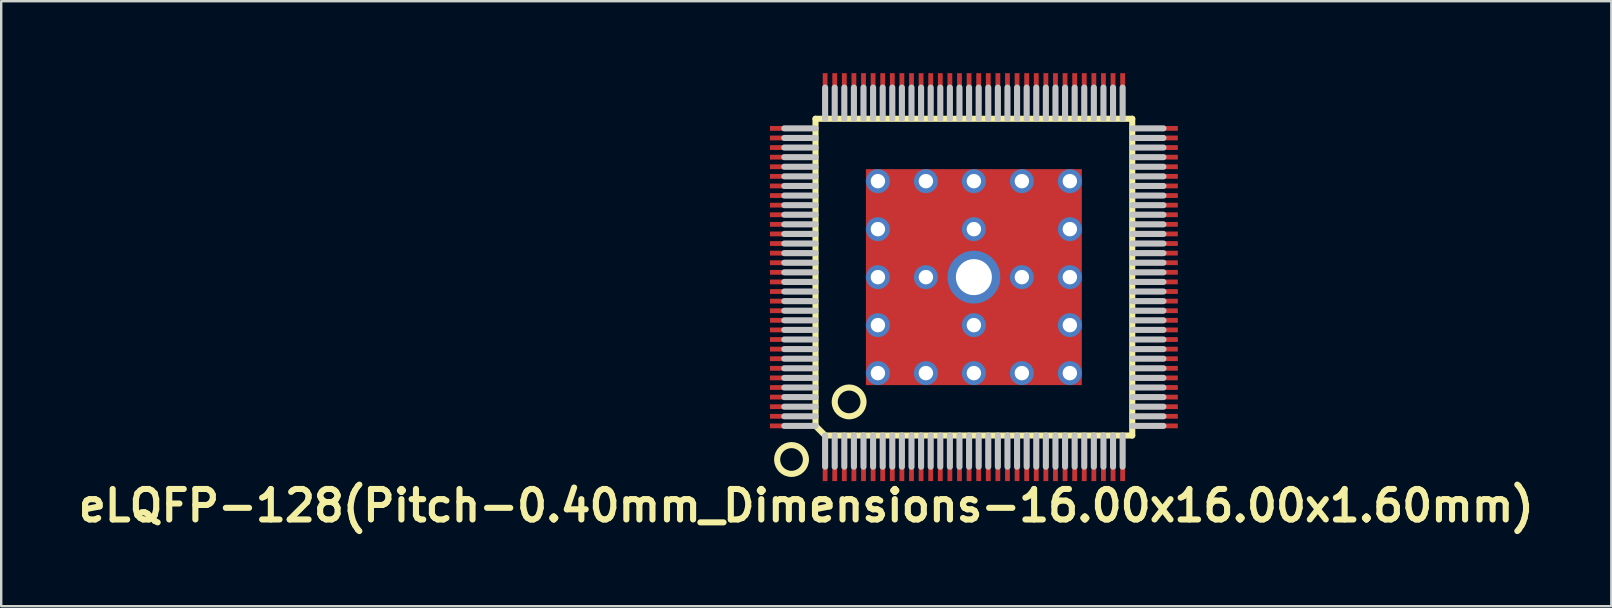
<source format=kicad_pcb>
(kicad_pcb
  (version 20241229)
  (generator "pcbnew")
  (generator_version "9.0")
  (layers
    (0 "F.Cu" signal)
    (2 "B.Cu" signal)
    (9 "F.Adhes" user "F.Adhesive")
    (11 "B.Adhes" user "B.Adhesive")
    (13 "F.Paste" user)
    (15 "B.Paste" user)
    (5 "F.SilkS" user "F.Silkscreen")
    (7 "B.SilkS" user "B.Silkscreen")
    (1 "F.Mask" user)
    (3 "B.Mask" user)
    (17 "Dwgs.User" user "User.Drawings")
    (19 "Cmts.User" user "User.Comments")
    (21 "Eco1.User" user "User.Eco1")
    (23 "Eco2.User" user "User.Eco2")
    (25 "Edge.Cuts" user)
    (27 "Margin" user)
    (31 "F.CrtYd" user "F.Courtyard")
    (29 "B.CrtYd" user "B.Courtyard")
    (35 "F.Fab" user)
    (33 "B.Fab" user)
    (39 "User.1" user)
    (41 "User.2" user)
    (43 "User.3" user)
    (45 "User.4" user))
  (footprint "eLQFP-128(Pitch-0.40mm_Dimensions-16.00x16.00x1.60mm)"
    (layer "F.Cu")
    (at 37.538 8.5)
    (property "Reference" "eLQFP-128(Pitch-0.40mm_Dimensions-16.00x16.00x1.60mm)" (at -6.985 9.525 0) (layer "F.SilkS") (effects (font (size 1.27 1.27) (thickness 0.254))))
    (attr smd)
    (fp_line (start -6.6 -6.6) (end 6.6 -6.6) (stroke (width 0.254) (type solid)) (layer "F.SilkS"))
    (fp_line (start -6.6 6.2) (end -6.6 -6.6) (stroke (width 0.254) (type solid)) (layer "F.SilkS"))
    (fp_line (start -6.2 6.6) (end -6.6 6.2) (stroke (width 0.254) (type solid)) (layer "F.SilkS"))
    (fp_line (start 6.6 -6.6) (end 6.6 6.6) (stroke (width 0.254) (type solid)) (layer "F.SilkS"))
    (fp_line (start 6.6 6.6) (end -6.2 6.6) (stroke (width 0.254) (type solid)) (layer "F.SilkS"))
    (fp_circle (center -7.6 7.6) (end -7 7.6) (stroke (width 0.254) (type solid)) (fill no) (layer "F.SilkS"))
    (fp_circle (center -5.2 5.2) (end -4.6 5.2) (stroke (width 0.254) (type solid)) (fill no) (layer "F.SilkS"))
    (fp_line (start -7.9 -6.2) (end -6.6 -6.2) (stroke (width 0.254) (type solid)) (layer "Dwgs.User"))
    (fp_line (start -7.9 -5.8) (end -6.6 -5.8) (stroke (width 0.254) (type solid)) (layer "Dwgs.User"))
    (fp_line (start -7.9 -5.4) (end -6.6 -5.4) (stroke (width 0.254) (type solid)) (layer "Dwgs.User"))
    (fp_line (start -7.9 -5) (end -6.6 -5) (stroke (width 0.254) (type solid)) (layer "Dwgs.User"))
    (fp_line (start -7.9 -4.6) (end -6.6 -4.6) (stroke (width 0.254) (type solid)) (layer "Dwgs.User"))
    (fp_line (start -7.9 -4.2) (end -6.6 -4.2) (stroke (width 0.254) (type solid)) (layer "Dwgs.User"))
    (fp_line (start -7.9 -3.8) (end -6.6 -3.8) (stroke (width 0.254) (type solid)) (layer "Dwgs.User"))
    (fp_line (start -7.9 -3.4) (end -6.6 -3.4) (stroke (width 0.254) (type solid)) (layer "Dwgs.User"))
    (fp_line (start -7.9 -3) (end -6.6 -3) (stroke (width 0.254) (type solid)) (layer "Dwgs.User"))
    (fp_line (start -7.9 -2.6) (end -6.6 -2.6) (stroke (width 0.254) (type solid)) (layer "Dwgs.User"))
    (fp_line (start -7.9 -2.2) (end -6.6 -2.2) (stroke (width 0.254) (type solid)) (layer "Dwgs.User"))
    (fp_line (start -7.9 -1.8) (end -6.6 -1.8) (stroke (width 0.254) (type solid)) (layer "Dwgs.User"))
    (fp_line (start -7.9 -1.4) (end -6.6 -1.4) (stroke (width 0.254) (type solid)) (layer "Dwgs.User"))
    (fp_line (start -7.9 -1) (end -6.6 -1) (stroke (width 0.254) (type solid)) (layer "Dwgs.User"))
    (fp_line (start -7.9 -0.6) (end -6.6 -0.6) (stroke (width 0.254) (type solid)) (layer "Dwgs.User"))
    (fp_line (start -7.9 -0.2) (end -6.6 -0.2) (stroke (width 0.254) (type solid)) (layer "Dwgs.User"))
    (fp_line (start -7.9 0.2) (end -6.6 0.2) (stroke (width 0.254) (type solid)) (layer "Dwgs.User"))
    (fp_line (start -7.9 0.6) (end -6.6 0.6) (stroke (width 0.254) (type solid)) (layer "Dwgs.User"))
    (fp_line (start -7.9 1) (end -6.6 1) (stroke (width 0.254) (type solid)) (layer "Dwgs.User"))
    (fp_line (start -7.9 1.4) (end -6.6 1.4) (stroke (width 0.254) (type solid)) (layer "Dwgs.User"))
    (fp_line (start -7.9 1.8) (end -6.6 1.8) (stroke (width 0.254) (type solid)) (layer "Dwgs.User"))
    (fp_line (start -7.9 2.2) (end -6.6 2.2) (stroke (width 0.254) (type solid)) (layer "Dwgs.User"))
    (fp_line (start -7.9 2.6) (end -6.6 2.6) (stroke (width 0.254) (type solid)) (layer "Dwgs.User"))
    (fp_line (start -7.9 3) (end -6.6 3) (stroke (width 0.254) (type solid)) (layer "Dwgs.User"))
    (fp_line (start -7.9 3.4) (end -6.6 3.4) (stroke (width 0.254) (type solid)) (layer "Dwgs.User"))
    (fp_line (start -7.9 3.8) (end -6.6 3.8) (stroke (width 0.254) (type solid)) (layer "Dwgs.User"))
    (fp_line (start -7.9 4.2) (end -6.6 4.2) (stroke (width 0.254) (type solid)) (layer "Dwgs.User"))
    (fp_line (start -7.9 4.6) (end -6.6 4.6) (stroke (width 0.254) (type solid)) (layer "Dwgs.User"))
    (fp_line (start -7.9 5) (end -6.6 5) (stroke (width 0.254) (type solid)) (layer "Dwgs.User"))
    (fp_line (start -7.9 5.4) (end -6.6 5.4) (stroke (width 0.254) (type solid)) (layer "Dwgs.User"))
    (fp_line (start -7.9 5.8) (end -6.6 5.8) (stroke (width 0.254) (type solid)) (layer "Dwgs.User"))
    (fp_line (start -7.9 6.2) (end -6.6 6.2) (stroke (width 0.254) (type solid)) (layer "Dwgs.User"))
    (fp_line (start -6.2 -7.9) (end -6.2 -6.6) (stroke (width 0.254) (type solid)) (layer "Dwgs.User"))
    (fp_line (start -6.2 6.6) (end -6.2 7.9) (stroke (width 0.254) (type solid)) (layer "Dwgs.User"))
    (fp_line (start -5.8 -7.9) (end -5.8 -6.6) (stroke (width 0.254) (type solid)) (layer "Dwgs.User"))
    (fp_line (start -5.8 6.6) (end -5.8 7.9) (stroke (width 0.254) (type solid)) (layer "Dwgs.User"))
    (fp_line (start -5.4 -7.9) (end -5.4 -6.6) (stroke (width 0.254) (type solid)) (layer "Dwgs.User"))
    (fp_line (start -5.4 6.6) (end -5.4 7.9) (stroke (width 0.254) (type solid)) (layer "Dwgs.User"))
    (fp_line (start -5 -7.9) (end -5 -6.6) (stroke (width 0.254) (type solid)) (layer "Dwgs.User"))
    (fp_line (start -5 6.6) (end -5 7.9) (stroke (width 0.254) (type solid)) (layer "Dwgs.User"))
    (fp_line (start -4.6 -7.9) (end -4.6 -6.6) (stroke (width 0.254) (type solid)) (layer "Dwgs.User"))
    (fp_line (start -4.6 6.6) (end -4.6 7.9) (stroke (width 0.254) (type solid)) (layer "Dwgs.User"))
    (fp_line (start -4.2 -7.9) (end -4.2 -6.6) (stroke (width 0.254) (type solid)) (layer "Dwgs.User"))
    (fp_line (start -4.2 6.6) (end -4.2 7.9) (stroke (width 0.254) (type solid)) (layer "Dwgs.User"))
    (fp_line (start -3.8 -7.9) (end -3.8 -6.6) (stroke (width 0.254) (type solid)) (layer "Dwgs.User"))
    (fp_line (start -3.8 6.6) (end -3.8 7.9) (stroke (width 0.254) (type solid)) (layer "Dwgs.User"))
    (fp_line (start -3.4 -7.9) (end -3.4 -6.6) (stroke (width 0.254) (type solid)) (layer "Dwgs.User"))
    (fp_line (start -3.4 6.6) (end -3.4 7.9) (stroke (width 0.254) (type solid)) (layer "Dwgs.User"))
    (fp_line (start -3 -7.9) (end -3 -6.6) (stroke (width 0.254) (type solid)) (layer "Dwgs.User"))
    (fp_line (start -3 6.6) (end -3 7.9) (stroke (width 0.254) (type solid)) (layer "Dwgs.User"))
    (fp_line (start -2.6 -7.9) (end -2.6 -6.6) (stroke (width 0.254) (type solid)) (layer "Dwgs.User"))
    (fp_line (start -2.6 6.6) (end -2.6 7.9) (stroke (width 0.254) (type solid)) (layer "Dwgs.User"))
    (fp_line (start -2.2 -7.9) (end -2.2 -6.6) (stroke (width 0.254) (type solid)) (layer "Dwgs.User"))
    (fp_line (start -2.2 6.6) (end -2.2 7.9) (stroke (width 0.254) (type solid)) (layer "Dwgs.User"))
    (fp_line (start -1.8 -7.9) (end -1.8 -6.6) (stroke (width 0.254) (type solid)) (layer "Dwgs.User"))
    (fp_line (start -1.8 6.6) (end -1.8 7.9) (stroke (width 0.254) (type solid)) (layer "Dwgs.User"))
    (fp_line (start -1.4 -7.9) (end -1.4 -6.6) (stroke (width 0.254) (type solid)) (layer "Dwgs.User"))
    (fp_line (start -1.4 6.6) (end -1.4 7.9) (stroke (width 0.254) (type solid)) (layer "Dwgs.User"))
    (fp_line (start -1 -7.9) (end -1 -6.6) (stroke (width 0.254) (type solid)) (layer "Dwgs.User"))
    (fp_line (start -1 6.6) (end -1 7.9) (stroke (width 0.254) (type solid)) (layer "Dwgs.User"))
    (fp_line (start -0.6 -7.9) (end -0.6 -6.6) (stroke (width 0.254) (type solid)) (layer "Dwgs.User"))
    (fp_line (start -0.6 6.6) (end -0.6 7.9) (stroke (width 0.254) (type solid)) (layer "Dwgs.User"))
    (fp_line (start -0.2 -7.9) (end -0.2 -6.6) (stroke (width 0.254) (type solid)) (layer "Dwgs.User"))
    (fp_line (start -0.2 6.6) (end -0.2 7.9) (stroke (width 0.254) (type solid)) (layer "Dwgs.User"))
    (fp_line (start 0.2 -7.9) (end 0.2 -6.6) (stroke (width 0.254) (type solid)) (layer "Dwgs.User"))
    (fp_line (start 0.2 6.6) (end 0.2 7.9) (stroke (width 0.254) (type solid)) (layer "Dwgs.User"))
    (fp_line (start 0.6 -7.9) (end 0.6 -6.6) (stroke (width 0.254) (type solid)) (layer "Dwgs.User"))
    (fp_line (start 0.6 6.6) (end 0.6 7.9) (stroke (width 0.254) (type solid)) (layer "Dwgs.User"))
    (fp_line (start 1 -7.9) (end 1 -6.6) (stroke (width 0.254) (type solid)) (layer "Dwgs.User"))
    (fp_line (start 1 6.6) (end 1 7.9) (stroke (width 0.254) (type solid)) (layer "Dwgs.User"))
    (fp_line (start 1.4 -7.9) (end 1.4 -6.6) (stroke (width 0.254) (type solid)) (layer "Dwgs.User"))
    (fp_line (start 1.4 6.6) (end 1.4 7.9) (stroke (width 0.254) (type solid)) (layer "Dwgs.User"))
    (fp_line (start 1.8 -7.9) (end 1.8 -6.6) (stroke (width 0.254) (type solid)) (layer "Dwgs.User"))
    (fp_line (start 1.8 6.6) (end 1.8 7.9) (stroke (width 0.254) (type solid)) (layer "Dwgs.User"))
    (fp_line (start 2.2 -7.9) (end 2.2 -6.6) (stroke (width 0.254) (type solid)) (layer "Dwgs.User"))
    (fp_line (start 2.2 6.6) (end 2.2 7.9) (stroke (width 0.254) (type solid)) (layer "Dwgs.User"))
    (fp_line (start 2.6 -7.9) (end 2.6 -6.6) (stroke (width 0.254) (type solid)) (layer "Dwgs.User"))
    (fp_line (start 2.6 6.6) (end 2.6 7.9) (stroke (width 0.254) (type solid)) (layer "Dwgs.User"))
    (fp_line (start 3 -7.9) (end 3 -6.6) (stroke (width 0.254) (type solid)) (layer "Dwgs.User"))
    (fp_line (start 3 6.6) (end 3 7.9) (stroke (width 0.254) (type solid)) (layer "Dwgs.User"))
    (fp_line (start 3.4 -7.9) (end 3.4 -6.6) (stroke (width 0.254) (type solid)) (layer "Dwgs.User"))
    (fp_line (start 3.4 6.6) (end 3.4 7.9) (stroke (width 0.254) (type solid)) (layer "Dwgs.User"))
    (fp_line (start 3.8 -7.9) (end 3.8 -6.6) (stroke (width 0.254) (type solid)) (layer "Dwgs.User"))
    (fp_line (start 3.8 6.6) (end 3.8 7.9) (stroke (width 0.254) (type solid)) (layer "Dwgs.User"))
    (fp_line (start 4.2 -7.9) (end 4.2 -6.6) (stroke (width 0.254) (type solid)) (layer "Dwgs.User"))
    (fp_line (start 4.2 6.6) (end 4.2 7.9) (stroke (width 0.254) (type solid)) (layer "Dwgs.User"))
    (fp_line (start 4.6 -7.9) (end 4.6 -6.6) (stroke (width 0.254) (type solid)) (layer "Dwgs.User"))
    (fp_line (start 4.6 6.6) (end 4.6 7.9) (stroke (width 0.254) (type solid)) (layer "Dwgs.User"))
    (fp_line (start 5 -7.9) (end 5 -6.6) (stroke (width 0.254) (type solid)) (layer "Dwgs.User"))
    (fp_line (start 5 6.6) (end 5 7.9) (stroke (width 0.254) (type solid)) (layer "Dwgs.User"))
    (fp_line (start 5.4 -7.9) (end 5.4 -6.6) (stroke (width 0.254) (type solid)) (layer "Dwgs.User"))
    (fp_line (start 5.4 6.6) (end 5.4 7.9) (stroke (width 0.254) (type solid)) (layer "Dwgs.User"))
    (fp_line (start 5.8 -7.9) (end 5.8 -6.6) (stroke (width 0.254) (type solid)) (layer "Dwgs.User"))
    (fp_line (start 5.8 6.6) (end 5.8 7.9) (stroke (width 0.254) (type solid)) (layer "Dwgs.User"))
    (fp_line (start 6.2 -7.9) (end 6.2 -6.6) (stroke (width 0.254) (type solid)) (layer "Dwgs.User"))
    (fp_line (start 6.2 6.6) (end 6.2 7.9) (stroke (width 0.254) (type solid)) (layer "Dwgs.User"))
    (fp_line (start 6.6 -6.2) (end 7.9 -6.2) (stroke (width 0.254) (type solid)) (layer "Dwgs.User"))
    (fp_line (start 6.6 -5.8) (end 7.9 -5.8) (stroke (width 0.254) (type solid)) (layer "Dwgs.User"))
    (fp_line (start 6.6 -5.4) (end 7.9 -5.4) (stroke (width 0.254) (type solid)) (layer "Dwgs.User"))
    (fp_line (start 6.6 -5) (end 7.9 -5) (stroke (width 0.254) (type solid)) (layer "Dwgs.User"))
    (fp_line (start 6.6 -4.6) (end 7.9 -4.6) (stroke (width 0.254) (type solid)) (layer "Dwgs.User"))
    (fp_line (start 6.6 -4.2) (end 7.9 -4.2) (stroke (width 0.254) (type solid)) (layer "Dwgs.User"))
    (fp_line (start 6.6 -3.8) (end 7.9 -3.8) (stroke (width 0.254) (type solid)) (layer "Dwgs.User"))
    (fp_line (start 6.6 -3.4) (end 7.9 -3.4) (stroke (width 0.254) (type solid)) (layer "Dwgs.User"))
    (fp_line (start 6.6 -3) (end 7.9 -3) (stroke (width 0.254) (type solid)) (layer "Dwgs.User"))
    (fp_line (start 6.6 -2.6) (end 7.9 -2.6) (stroke (width 0.254) (type solid)) (layer "Dwgs.User"))
    (fp_line (start 6.6 -2.2) (end 7.9 -2.2) (stroke (width 0.254) (type solid)) (layer "Dwgs.User"))
    (fp_line (start 6.6 -1.8) (end 7.9 -1.8) (stroke (width 0.254) (type solid)) (layer "Dwgs.User"))
    (fp_line (start 6.6 -1.4) (end 7.9 -1.4) (stroke (width 0.254) (type solid)) (layer "Dwgs.User"))
    (fp_line (start 6.6 -1) (end 7.9 -1) (stroke (width 0.254) (type solid)) (layer "Dwgs.User"))
    (fp_line (start 6.6 -0.6) (end 7.9 -0.6) (stroke (width 0.254) (type solid)) (layer "Dwgs.User"))
    (fp_line (start 6.6 -0.2) (end 7.9 -0.2) (stroke (width 0.254) (type solid)) (layer "Dwgs.User"))
    (fp_line (start 6.6 0.2) (end 7.9 0.2) (stroke (width 0.254) (type solid)) (layer "Dwgs.User"))
    (fp_line (start 6.6 0.6) (end 7.9 0.6) (stroke (width 0.254) (type solid)) (layer "Dwgs.User"))
    (fp_line (start 6.6 1) (end 7.9 1) (stroke (width 0.254) (type solid)) (layer "Dwgs.User"))
    (fp_line (start 6.6 1.4) (end 7.9 1.4) (stroke (width 0.254) (type solid)) (layer "Dwgs.User"))
    (fp_line (start 6.6 1.8) (end 7.9 1.8) (stroke (width 0.254) (type solid)) (layer "Dwgs.User"))
    (fp_line (start 6.6 2.2) (end 7.9 2.2) (stroke (width 0.254) (type solid)) (layer "Dwgs.User"))
    (fp_line (start 6.6 2.6) (end 7.9 2.6) (stroke (width 0.254) (type solid)) (layer "Dwgs.User"))
    (fp_line (start 6.6 3) (end 7.9 3) (stroke (width 0.254) (type solid)) (layer "Dwgs.User"))
    (fp_line (start 6.6 3.4) (end 7.9 3.4) (stroke (width 0.254) (type solid)) (layer "Dwgs.User"))
    (fp_line (start 6.6 3.8) (end 7.9 3.8) (stroke (width 0.254) (type solid)) (layer "Dwgs.User"))
    (fp_line (start 6.6 4.2) (end 7.9 4.2) (stroke (width 0.254) (type solid)) (layer "Dwgs.User"))
    (fp_line (start 6.6 4.6) (end 7.9 4.6) (stroke (width 0.254) (type solid)) (layer "Dwgs.User"))
    (fp_line (start 6.6 5) (end 7.9 5) (stroke (width 0.254) (type solid)) (layer "Dwgs.User"))
    (fp_line (start 6.6 5.4) (end 7.9 5.4) (stroke (width 0.254) (type solid)) (layer "Dwgs.User"))
    (fp_line (start 6.6 5.8) (end 7.9 5.8) (stroke (width 0.254) (type solid)) (layer "Dwgs.User"))
    (fp_line (start 6.6 6.2) (end 7.9 6.2) (stroke (width 0.254) (type solid)) (layer "Dwgs.User"))
    (pad "" smd rect (at -7.75 -6.2 90) (size 0.211 1.5) (layers "F.Paste"))
    (pad "" smd rect (at -7.75 -5.8 90) (size 0.211 1.5) (layers "F.Paste"))
    (pad "" smd rect (at -7.75 -5.4 90) (size 0.211 1.5) (layers "F.Paste"))
    (pad "" smd rect (at -7.75 -5 90) (size 0.211 1.5) (layers "F.Paste"))
    (pad "" smd rect (at -7.75 -4.6 90) (size 0.211 1.5) (layers "F.Paste"))
    (pad "" smd rect (at -7.75 -4.2 90) (size 0.211 1.5) (layers "F.Paste"))
    (pad "" smd rect (at -7.75 -3.8 90) (size 0.211 1.5) (layers "F.Paste"))
    (pad "" smd rect (at -7.75 -3.4 90) (size 0.211 1.5) (layers "F.Paste"))
    (pad "" smd rect (at -7.75 -3 90) (size 0.211 1.5) (layers "F.Paste"))
    (pad "" smd rect (at -7.75 -2.6 90) (size 0.211 1.5) (layers "F.Paste"))
    (pad "" smd rect (at -7.75 -2.2 90) (size 0.211 1.5) (layers "F.Paste"))
    (pad "" smd rect (at -7.75 -1.8 90) (size 0.211 1.5) (layers "F.Paste"))
    (pad "" smd rect (at -7.75 -1.4 90) (size 0.211 1.5) (layers "F.Paste"))
    (pad "" smd rect (at -7.75 -1 90) (size 0.211 1.5) (layers "F.Paste"))
    (pad "" smd rect (at -7.75 -0.6 90) (size 0.211 1.5) (layers "F.Paste"))
    (pad "" smd rect (at -7.75 -0.2 90) (size 0.211 1.5) (layers "F.Paste"))
    (pad "" smd rect (at -7.75 0.2 90) (size 0.211 1.5) (layers "F.Paste"))
    (pad "" smd rect (at -7.75 0.6 90) (size 0.211 1.5) (layers "F.Paste"))
    (pad "" smd rect (at -7.75 1 90) (size 0.211 1.5) (layers "F.Paste"))
    (pad "" smd rect (at -7.75 1.4 90) (size 0.211 1.5) (layers "F.Paste"))
    (pad "" smd rect (at -7.75 1.8 90) (size 0.211 1.5) (layers "F.Paste"))
    (pad "" smd rect (at -7.75 2.2 90) (size 0.211 1.5) (layers "F.Paste"))
    (pad "" smd rect (at -7.75 2.6 90) (size 0.211 1.5) (layers "F.Paste"))
    (pad "" smd rect (at -7.75 3 90) (size 0.211 1.5) (layers "F.Paste"))
    (pad "" smd rect (at -7.75 3.4 90) (size 0.211 1.5) (layers "F.Paste"))
    (pad "" smd rect (at -7.75 3.8 90) (size 0.211 1.5) (layers "F.Paste"))
    (pad "" smd rect (at -7.75 4.2 90) (size 0.211 1.5) (layers "F.Paste"))
    (pad "" smd rect (at -7.75 4.6 90) (size 0.211 1.5) (layers "F.Paste"))
    (pad "" smd rect (at -7.75 5 90) (size 0.211 1.5) (layers "F.Paste"))
    (pad "" smd rect (at -7.75 5.4 90) (size 0.211 1.5) (layers "F.Paste"))
    (pad "" smd rect (at -7.75 5.8 90) (size 0.211 1.5) (layers "F.Paste"))
    (pad "" smd rect (at -7.75 6.2 90) (size 0.211 1.5) (layers "F.Paste"))
    (pad "" smd rect (at -6.2 -7.75 180) (size 0.211 1.5) (layers "F.Paste"))
    (pad "" smd rect (at -6.2 7.75) (size 0.211 1.5) (layers "F.Paste"))
    (pad "" smd rect (at -5.8 -7.75 180) (size 0.211 1.5) (layers "F.Paste"))
    (pad "" smd rect (at -5.8 7.75) (size 0.211 1.5) (layers "F.Paste"))
    (pad "" smd rect (at -5.4 -7.75 180) (size 0.211 1.5) (layers "F.Paste"))
    (pad "" smd rect (at -5.4 7.75) (size 0.211 1.5) (layers "F.Paste"))
    (pad "" smd rect (at -5 -7.75 180) (size 0.211 1.5) (layers "F.Paste"))
    (pad "" smd rect (at -5 7.75) (size 0.211 1.5) (layers "F.Paste"))
    (pad "" smd rect (at -4.6 -7.75 180) (size 0.211 1.5) (layers "F.Paste"))
    (pad "" smd rect (at -4.6 7.75) (size 0.211 1.5) (layers "F.Paste"))
    (pad "" smd rect (at -4.2 -7.75 180) (size 0.211 1.5) (layers "F.Paste"))
    (pad "" smd rect (at -4.2 7.75) (size 0.211 1.5) (layers "F.Paste"))
    (pad "" smd rect (at -3.8 -7.75 180) (size 0.211 1.5) (layers "F.Paste"))
    (pad "" smd rect (at -3.8 7.75) (size 0.211 1.5) (layers "F.Paste"))
    (pad "" smd rect (at -3.4 -7.75 180) (size 0.211 1.5) (layers "F.Paste"))
    (pad "" smd rect (at -3.4 7.75) (size 0.211 1.5) (layers "F.Paste"))
    (pad "" smd rect (at -3 -7.75 180) (size 0.211 1.5) (layers "F.Paste"))
    (pad "" smd rect (at -3 7.75) (size 0.211 1.5) (layers "F.Paste"))
    (pad "" smd rect (at -2.6 -7.75 180) (size 0.211 1.5) (layers "F.Paste"))
    (pad "" smd rect (at -2.6 7.75) (size 0.211 1.5) (layers "F.Paste"))
    (pad "" smd rect (at -2.2 -7.75 180) (size 0.211 1.5) (layers "F.Paste"))
    (pad "" smd rect (at -2.2 7.75) (size 0.211 1.5) (layers "F.Paste"))
    (pad "" smd rect (at -2.1 -2.1 90) (size 3 3) (layers "F.Paste"))
    (pad "" smd rect (at -2.1 2.1 90) (size 3 3) (layers "F.Paste"))
    (pad "" smd rect (at -1.8 -7.75 180) (size 0.211 1.5) (layers "F.Paste"))
    (pad "" smd rect (at -1.8 7.75) (size 0.211 1.5) (layers "F.Paste"))
    (pad "" smd rect (at -1.4 -7.75 180) (size 0.211 1.5) (layers "F.Paste"))
    (pad "" smd rect (at -1.4 7.75) (size 0.211 1.5) (layers "F.Paste"))
    (pad "" smd rect (at -1 -7.75 180) (size 0.211 1.5) (layers "F.Paste"))
    (pad "" smd rect (at -1 7.75) (size 0.211 1.5) (layers "F.Paste"))
    (pad "" smd rect (at -0.6 -7.75 180) (size 0.211 1.5) (layers "F.Paste"))
    (pad "" smd rect (at -0.6 7.75) (size 0.211 1.5) (layers "F.Paste"))
    (pad "" smd rect (at -0.2 -7.75 180) (size 0.211 1.5) (layers "F.Paste"))
    (pad "" smd rect (at -0.2 7.75) (size 0.211 1.5) (layers "F.Paste"))
    (pad "" smd rect (at 0.2 -7.75 180) (size 0.211 1.5) (layers "F.Paste"))
    (pad "" smd rect (at 0.2 7.75) (size 0.211 1.5) (layers "F.Paste"))
    (pad "" smd rect (at 0.6 -7.75 180) (size 0.211 1.5) (layers "F.Paste"))
    (pad "" smd rect (at 0.6 7.75) (size 0.211 1.5) (layers "F.Paste"))
    (pad "" smd rect (at 1 -7.75 180) (size 0.211 1.5) (layers "F.Paste"))
    (pad "" smd rect (at 1 7.75) (size 0.211 1.5) (layers "F.Paste"))
    (pad "" smd rect (at 1.4 -7.75 180) (size 0.211 1.5) (layers "F.Paste"))
    (pad "" smd rect (at 1.4 7.75) (size 0.211 1.5) (layers "F.Paste"))
    (pad "" smd rect (at 1.8 -7.75 180) (size 0.211 1.5) (layers "F.Paste"))
    (pad "" smd rect (at 1.8 7.75) (size 0.211 1.5) (layers "F.Paste"))
    (pad "" smd rect (at 2.1 -2.1 90) (size 3 3) (layers "F.Paste"))
    (pad "" smd rect (at 2.1 2.1 90) (size 3 3) (layers "F.Paste"))
    (pad "" smd rect (at 2.2 -7.75 180) (size 0.211 1.5) (layers "F.Paste"))
    (pad "" smd rect (at 2.2 7.75) (size 0.211 1.5) (layers "F.Paste"))
    (pad "" smd rect (at 2.6 -7.75 180) (size 0.211 1.5) (layers "F.Paste"))
    (pad "" smd rect (at 2.6 7.75) (size 0.211 1.5) (layers "F.Paste"))
    (pad "" smd rect (at 3 -7.75 180) (size 0.211 1.5) (layers "F.Paste"))
    (pad "" smd rect (at 3 7.75) (size 0.211 1.5) (layers "F.Paste"))
    (pad "" smd rect (at 3.4 -7.75 180) (size 0.211 1.5) (layers "F.Paste"))
    (pad "" smd rect (at 3.4 7.75) (size 0.211 1.5) (layers "F.Paste"))
    (pad "" smd rect (at 3.8 -7.75 180) (size 0.211 1.5) (layers "F.Paste"))
    (pad "" smd rect (at 3.8 7.75) (size 0.211 1.5) (layers "F.Paste"))
    (pad "" smd rect (at 4.2 -7.75 180) (size 0.211 1.5) (layers "F.Paste"))
    (pad "" smd rect (at 4.2 7.75) (size 0.211 1.5) (layers "F.Paste"))
    (pad "" smd rect (at 4.6 -7.75 180) (size 0.211 1.5) (layers "F.Paste"))
    (pad "" smd rect (at 4.6 7.75) (size 0.211 1.5) (layers "F.Paste"))
    (pad "" smd rect (at 5 -7.75 180) (size 0.211 1.5) (layers "F.Paste"))
    (pad "" smd rect (at 5 7.75) (size 0.211 1.5) (layers "F.Paste"))
    (pad "" smd rect (at 5.4 -7.75 180) (size 0.211 1.5) (layers "F.Paste"))
    (pad "" smd rect (at 5.4 7.75) (size 0.211 1.5) (layers "F.Paste"))
    (pad "" smd rect (at 5.8 -7.75 180) (size 0.211 1.5) (layers "F.Paste"))
    (pad "" smd rect (at 5.8 7.75) (size 0.211 1.5) (layers "F.Paste"))
    (pad "" smd rect (at 6.2 -7.75 180) (size 0.211 1.5) (layers "F.Paste"))
    (pad "" smd rect (at 6.2 7.75) (size 0.211 1.5) (layers "F.Paste"))
    (pad "" smd rect (at 7.75 -6.2 90) (size 0.211 1.5) (layers "F.Paste"))
    (pad "" smd rect (at 7.75 -5.8 90) (size 0.211 1.5) (layers "F.Paste"))
    (pad "" smd rect (at 7.75 -5.4 90) (size 0.211 1.5) (layers "F.Paste"))
    (pad "" smd rect (at 7.75 -5 90) (size 0.211 1.5) (layers "F.Paste"))
    (pad "" smd rect (at 7.75 -4.6 90) (size 0.211 1.5) (layers "F.Paste"))
    (pad "" smd rect (at 7.75 -4.2 90) (size 0.211 1.5) (layers "F.Paste"))
    (pad "" smd rect (at 7.75 -3.8 90) (size 0.211 1.5) (layers "F.Paste"))
    (pad "" smd rect (at 7.75 -3.4 90) (size 0.211 1.5) (layers "F.Paste"))
    (pad "" smd rect (at 7.75 -3 90) (size 0.211 1.5) (layers "F.Paste"))
    (pad "" smd rect (at 7.75 -2.6 90) (size 0.211 1.5) (layers "F.Paste"))
    (pad "" smd rect (at 7.75 -2.2 90) (size 0.211 1.5) (layers "F.Paste"))
    (pad "" smd rect (at 7.75 -1.8 90) (size 0.211 1.5) (layers "F.Paste"))
    (pad "" smd rect (at 7.75 -1.4 90) (size 0.211 1.5) (layers "F.Paste"))
    (pad "" smd rect (at 7.75 -1 90) (size 0.211 1.5) (layers "F.Paste"))
    (pad "" smd rect (at 7.75 -0.6 90) (size 0.211 1.5) (layers "F.Paste"))
    (pad "" smd rect (at 7.75 -0.2 90) (size 0.211 1.5) (layers "F.Paste"))
    (pad "" smd rect (at 7.75 0.2 90) (size 0.211 1.5) (layers "F.Paste"))
    (pad "" smd rect (at 7.75 0.6 90) (size 0.211 1.5) (layers "F.Paste"))
    (pad "" smd rect (at 7.75 1 90) (size 0.211 1.5) (layers "F.Paste"))
    (pad "" smd rect (at 7.75 1.4 90) (size 0.211 1.5) (layers "F.Paste"))
    (pad "" smd rect (at 7.75 1.8 90) (size 0.211 1.5) (layers "F.Paste"))
    (pad "" smd rect (at 7.75 2.2 90) (size 0.211 1.5) (layers "F.Paste"))
    (pad "" smd rect (at 7.75 2.6 90) (size 0.211 1.5) (layers "F.Paste"))
    (pad "" smd rect (at 7.75 3 90) (size 0.211 1.5) (layers "F.Paste"))
    (pad "" smd rect (at 7.75 3.4 90) (size 0.211 1.5) (layers "F.Paste"))
    (pad "" smd rect (at 7.75 3.8 90) (size 0.211 1.5) (layers "F.Paste"))
    (pad "" smd rect (at 7.75 4.2 90) (size 0.211 1.5) (layers "F.Paste"))
    (pad "" smd rect (at 7.75 4.6 90) (size 0.211 1.5) (layers "F.Paste"))
    (pad "" smd rect (at 7.75 5 90) (size 0.211 1.5) (layers "F.Paste"))
    (pad "" smd rect (at 7.75 5.4 90) (size 0.211 1.5) (layers "F.Paste"))
    (pad "" smd rect (at 7.75 5.8 90) (size 0.211 1.5) (layers "F.Paste"))
    (pad "" smd rect (at 7.75 6.2 90) (size 0.211 1.5) (layers "F.Paste"))
    (pad "1" smd rect (at -6.2 7.75) (size 0.2 1.5) (layers "F.Cu" "F.Mask"))
    (pad "2" smd rect (at -5.8 7.75) (size 0.2 1.5) (layers "F.Cu" "F.Mask"))
    (pad "3" smd rect (at -5.4 7.75) (size 0.2 1.5) (layers "F.Cu" "F.Mask"))
    (pad "4" smd rect (at -5 7.75) (size 0.2 1.5) (layers "F.Cu" "F.Mask"))
    (pad "5" smd rect (at -4.6 7.75) (size 0.2 1.5) (layers "F.Cu" "F.Mask"))
    (pad "6" smd rect (at -4.2 7.75) (size 0.2 1.5) (layers "F.Cu" "F.Mask"))
    (pad "7" smd rect (at -3.8 7.75) (size 0.2 1.5) (layers "F.Cu" "F.Mask"))
    (pad "8" smd rect (at -3.4 7.75) (size 0.2 1.5) (layers "F.Cu" "F.Mask"))
    (pad "9" smd rect (at -3 7.75) (size 0.2 1.5) (layers "F.Cu" "F.Mask"))
    (pad "10" smd rect (at -2.6 7.75) (size 0.2 1.5) (layers "F.Cu" "F.Mask"))
    (pad "11" smd rect (at -2.2 7.75) (size 0.2 1.5) (layers "F.Cu" "F.Mask"))
    (pad "12" smd rect (at -1.8 7.75) (size 0.2 1.5) (layers "F.Cu" "F.Mask"))
    (pad "13" smd rect (at -1.4 7.75) (size 0.2 1.5) (layers "F.Cu" "F.Mask"))
    (pad "14" smd rect (at -1 7.75) (size 0.2 1.5) (layers "F.Cu" "F.Mask"))
    (pad "15" smd rect (at -0.6 7.75) (size 0.2 1.5) (layers "F.Cu" "F.Mask"))
    (pad "16" smd rect (at -0.2 7.75) (size 0.2 1.5) (layers "F.Cu" "F.Mask"))
    (pad "17" smd rect (at 0.2 7.75) (size 0.2 1.5) (layers "F.Cu" "F.Mask"))
    (pad "18" smd rect (at 0.6 7.75) (size 0.2 1.5) (layers "F.Cu" "F.Mask"))
    (pad "19" smd rect (at 1 7.75) (size 0.2 1.5) (layers "F.Cu" "F.Mask"))
    (pad "20" smd rect (at 1.4 7.75) (size 0.2 1.5) (layers "F.Cu" "F.Mask"))
    (pad "21" smd rect (at 1.8 7.75) (size 0.2 1.5) (layers "F.Cu" "F.Mask"))
    (pad "22" smd rect (at 2.2 7.75) (size 0.2 1.5) (layers "F.Cu" "F.Mask"))
    (pad "23" smd rect (at 2.6 7.75) (size 0.2 1.5) (layers "F.Cu" "F.Mask"))
    (pad "24" smd rect (at 3 7.75) (size 0.2 1.5) (layers "F.Cu" "F.Mask"))
    (pad "25" smd rect (at 3.4 7.75) (size 0.2 1.5) (layers "F.Cu" "F.Mask"))
    (pad "26" smd rect (at 3.8 7.75) (size 0.2 1.5) (layers "F.Cu" "F.Mask"))
    (pad "27" smd rect (at 4.2 7.75) (size 0.2 1.5) (layers "F.Cu" "F.Mask"))
    (pad "28" smd rect (at 4.6 7.75) (size 0.2 1.5) (layers "F.Cu" "F.Mask"))
    (pad "29" smd rect (at 5 7.75) (size 0.2 1.5) (layers "F.Cu" "F.Mask"))
    (pad "30" smd rect (at 5.4 7.75) (size 0.2 1.5) (layers "F.Cu" "F.Mask"))
    (pad "31" smd rect (at 5.8 7.75) (size 0.2 1.5) (layers "F.Cu" "F.Mask"))
    (pad "32" smd rect (at 6.2 7.75) (size 0.2 1.5) (layers "F.Cu" "F.Mask"))
    (pad "33" smd rect (at 7.75 6.2 90) (size 0.2 1.5) (layers "F.Cu" "F.Mask"))
    (pad "34" smd rect (at 7.75 5.8 90) (size 0.2 1.5) (layers "F.Cu" "F.Mask"))
    (pad "35" smd rect (at 7.75 5.4 90) (size 0.2 1.5) (layers "F.Cu" "F.Mask"))
    (pad "36" smd rect (at 7.75 5 90) (size 0.2 1.5) (layers "F.Cu" "F.Mask"))
    (pad "37" smd rect (at 7.75 4.6 90) (size 0.2 1.5) (layers "F.Cu" "F.Mask"))
    (pad "38" smd rect (at 7.75 4.2 90) (size 0.2 1.5) (layers "F.Cu" "F.Mask"))
    (pad "39" smd rect (at 7.75 3.8 90) (size 0.2 1.5) (layers "F.Cu" "F.Mask"))
    (pad "40" smd rect (at 7.75 3.4 90) (size 0.2 1.5) (layers "F.Cu" "F.Mask"))
    (pad "41" smd rect (at 7.75 3 90) (size 0.2 1.5) (layers "F.Cu" "F.Mask"))
    (pad "42" smd rect (at 7.75 2.6 90) (size 0.2 1.5) (layers "F.Cu" "F.Mask"))
    (pad "43" smd rect (at 7.75 2.2 90) (size 0.2 1.5) (layers "F.Cu" "F.Mask"))
    (pad "44" smd rect (at 7.75 1.8 90) (size 0.2 1.5) (layers "F.Cu" "F.Mask"))
    (pad "45" smd rect (at 7.75 1.4 90) (size 0.2 1.5) (layers "F.Cu" "F.Mask"))
    (pad "46" smd rect (at 7.75 1 90) (size 0.2 1.5) (layers "F.Cu" "F.Mask"))
    (pad "47" smd rect (at 7.75 0.6 90) (size 0.2 1.5) (layers "F.Cu" "F.Mask"))
    (pad "48" smd rect (at 7.75 0.2 90) (size 0.2 1.5) (layers "F.Cu" "F.Mask"))
    (pad "49" smd rect (at 7.75 -0.2 90) (size 0.2 1.5) (layers "F.Cu" "F.Mask"))
    (pad "50" smd rect (at 7.75 -0.6 90) (size 0.2 1.5) (layers "F.Cu" "F.Mask"))
    (pad "51" smd rect (at 7.75 -1 90) (size 0.2 1.5) (layers "F.Cu" "F.Mask"))
    (pad "52" smd rect (at 7.75 -1.4 90) (size 0.2 1.5) (layers "F.Cu" "F.Mask"))
    (pad "53" smd rect (at 7.75 -1.8 90) (size 0.2 1.5) (layers "F.Cu" "F.Mask"))
    (pad "54" smd rect (at 7.75 -2.2 90) (size 0.2 1.5) (layers "F.Cu" "F.Mask"))
    (pad "55" smd rect (at 7.75 -2.6 90) (size 0.2 1.5) (layers "F.Cu" "F.Mask"))
    (pad "56" smd rect (at 7.75 -3 90) (size 0.2 1.5) (layers "F.Cu" "F.Mask"))
    (pad "57" smd rect (at 7.75 -3.4 90) (size 0.2 1.5) (layers "F.Cu" "F.Mask"))
    (pad "58" smd rect (at 7.75 -3.8 90) (size 0.2 1.5) (layers "F.Cu" "F.Mask"))
    (pad "59" smd rect (at 7.75 -4.2 90) (size 0.2 1.5) (layers "F.Cu" "F.Mask"))
    (pad "60" smd rect (at 7.75 -4.6 90) (size 0.2 1.5) (layers "F.Cu" "F.Mask"))
    (pad "61" smd rect (at 7.75 -5 90) (size 0.2 1.5) (layers "F.Cu" "F.Mask"))
    (pad "62" smd rect (at 7.75 -5.4 90) (size 0.2 1.5) (layers "F.Cu" "F.Mask"))
    (pad "63" smd rect (at 7.75 -5.8 90) (size 0.2 1.5) (layers "F.Cu" "F.Mask"))
    (pad "64" smd rect (at 7.75 -6.2 90) (size 0.2 1.5) (layers "F.Cu" "F.Mask"))
    (pad "65" smd rect (at 6.2 -7.75 180) (size 0.2 1.5) (layers "F.Cu" "F.Mask"))
    (pad "66" smd rect (at 5.8 -7.75 180) (size 0.2 1.5) (layers "F.Cu" "F.Mask"))
    (pad "67" smd rect (at 5.4 -7.75 180) (size 0.2 1.5) (layers "F.Cu" "F.Mask"))
    (pad "68" smd rect (at 5 -7.75 180) (size 0.2 1.5) (layers "F.Cu" "F.Mask"))
    (pad "69" smd rect (at 4.6 -7.75 180) (size 0.2 1.5) (layers "F.Cu" "F.Mask"))
    (pad "70" smd rect (at 4.2 -7.75 180) (size 0.2 1.5) (layers "F.Cu" "F.Mask"))
    (pad "71" smd rect (at 3.8 -7.75 180) (size 0.2 1.5) (layers "F.Cu" "F.Mask"))
    (pad "72" smd rect (at 3.4 -7.75 180) (size 0.2 1.5) (layers "F.Cu" "F.Mask"))
    (pad "73" smd rect (at 3 -7.75 180) (size 0.2 1.5) (layers "F.Cu" "F.Mask"))
    (pad "74" smd rect (at 2.6 -7.75 180) (size 0.2 1.5) (layers "F.Cu" "F.Mask"))
    (pad "75" smd rect (at 2.2 -7.75 180) (size 0.2 1.5) (layers "F.Cu" "F.Mask"))
    (pad "76" smd rect (at 1.8 -7.75 180) (size 0.2 1.5) (layers "F.Cu" "F.Mask"))
    (pad "77" smd rect (at 1.4 -7.75 180) (size 0.2 1.5) (layers "F.Cu" "F.Mask"))
    (pad "78" smd rect (at 1 -7.75 180) (size 0.2 1.5) (layers "F.Cu" "F.Mask"))
    (pad "79" smd rect (at 0.6 -7.75 180) (size 0.2 1.5) (layers "F.Cu" "F.Mask"))
    (pad "80" smd rect (at 0.2 -7.75 180) (size 0.2 1.5) (layers "F.Cu" "F.Mask"))
    (pad "81" smd rect (at -0.2 -7.75 180) (size 0.2 1.5) (layers "F.Cu" "F.Mask"))
    (pad "82" smd rect (at -0.6 -7.75 180) (size 0.2 1.5) (layers "F.Cu" "F.Mask"))
    (pad "83" smd rect (at -1 -7.75 180) (size 0.2 1.5) (layers "F.Cu" "F.Mask"))
    (pad "84" smd rect (at -1.4 -7.75 180) (size 0.2 1.5) (layers "F.Cu" "F.Mask"))
    (pad "85" smd rect (at -1.8 -7.75 180) (size 0.2 1.5) (layers "F.Cu" "F.Mask"))
    (pad "86" smd rect (at -2.2 -7.75 180) (size 0.2 1.5) (layers "F.Cu" "F.Mask"))
    (pad "87" smd rect (at -2.6 -7.75 180) (size 0.2 1.5) (layers "F.Cu" "F.Mask"))
    (pad "88" smd rect (at -3 -7.75 180) (size 0.2 1.5) (layers "F.Cu" "F.Mask"))
    (pad "89" smd rect (at -3.4 -7.75 180) (size 0.2 1.5) (layers "F.Cu" "F.Mask"))
    (pad "90" smd rect (at -3.8 -7.75 180) (size 0.2 1.5) (layers "F.Cu" "F.Mask"))
    (pad "91" smd rect (at -4.2 -7.75 180) (size 0.2 1.5) (layers "F.Cu" "F.Mask"))
    (pad "92" smd rect (at -4.6 -7.75 180) (size 0.2 1.5) (layers "F.Cu" "F.Mask"))
    (pad "93" smd rect (at -5 -7.75 180) (size 0.2 1.5) (layers "F.Cu" "F.Mask"))
    (pad "94" smd rect (at -5.4 -7.75 180) (size 0.2 1.5) (layers "F.Cu" "F.Mask"))
    (pad "95" smd rect (at -5.8 -7.75 180) (size 0.2 1.5) (layers "F.Cu" "F.Mask"))
    (pad "96" smd rect (at -6.2 -7.75 180) (size 0.2 1.5) (layers "F.Cu" "F.Mask"))
    (pad "97" smd rect (at -7.75 -6.2 270) (size 0.2 1.5) (layers "F.Cu" "F.Mask"))
    (pad "98" smd rect (at -7.75 -5.8 270) (size 0.2 1.5) (layers "F.Cu" "F.Mask"))
    (pad "99" smd rect (at -7.75 -5.4 270) (size 0.2 1.5) (layers "F.Cu" "F.Mask"))
    (pad "100" smd rect (at -7.75 -5 270) (size 0.2 1.5) (layers "F.Cu" "F.Mask"))
    (pad "101" smd rect (at -7.75 -4.6 270) (size 0.2 1.5) (layers "F.Cu" "F.Mask"))
    (pad "102" smd rect (at -7.75 -4.2 270) (size 0.2 1.5) (layers "F.Cu" "F.Mask"))
    (pad "103" smd rect (at -7.75 -3.8 270) (size 0.2 1.5) (layers "F.Cu" "F.Mask"))
    (pad "104" smd rect (at -7.75 -3.4 270) (size 0.2 1.5) (layers "F.Cu" "F.Mask"))
    (pad "105" smd rect (at -7.75 -3 270) (size 0.2 1.5) (layers "F.Cu" "F.Mask"))
    (pad "106" smd rect (at -7.75 -2.6 270) (size 0.2 1.5) (layers "F.Cu" "F.Mask"))
    (pad "107" smd rect (at -7.75 -2.2 270) (size 0.2 1.5) (layers "F.Cu" "F.Mask"))
    (pad "108" smd rect (at -7.75 -1.8 270) (size 0.2 1.5) (layers "F.Cu" "F.Mask"))
    (pad "109" smd rect (at -7.75 -1.4 270) (size 0.2 1.5) (layers "F.Cu" "F.Mask"))
    (pad "110" smd rect (at -7.75 -1 270) (size 0.2 1.5) (layers "F.Cu" "F.Mask"))
    (pad "111" smd rect (at -7.75 -0.6 270) (size 0.2 1.5) (layers "F.Cu" "F.Mask"))
    (pad "112" smd rect (at -7.75 -0.2 270) (size 0.2 1.5) (layers "F.Cu" "F.Mask"))
    (pad "113" smd rect (at -7.75 0.2 270) (size 0.2 1.5) (layers "F.Cu" "F.Mask"))
    (pad "114" smd rect (at -7.75 0.6 270) (size 0.2 1.5) (layers "F.Cu" "F.Mask"))
    (pad "115" smd rect (at -7.75 1 270) (size 0.2 1.5) (layers "F.Cu" "F.Mask"))
    (pad "116" smd rect (at -7.75 1.4 270) (size 0.2 1.5) (layers "F.Cu" "F.Mask"))
    (pad "117" smd rect (at -7.75 1.8 270) (size 0.2 1.5) (layers "F.Cu" "F.Mask"))
    (pad "118" smd rect (at -7.75 2.2 270) (size 0.2 1.5) (layers "F.Cu" "F.Mask"))
    (pad "119" smd rect (at -7.75 2.6 270) (size 0.2 1.5) (layers "F.Cu" "F.Mask"))
    (pad "120" smd rect (at -7.75 3 270) (size 0.2 1.5) (layers "F.Cu" "F.Mask"))
    (pad "121" smd rect (at -7.75 3.4 270) (size 0.2 1.5) (layers "F.Cu" "F.Mask"))
    (pad "122" smd rect (at -7.75 3.8 270) (size 0.2 1.5) (layers "F.Cu" "F.Mask"))
    (pad "123" smd rect (at -7.75 4.2 270) (size 0.2 1.5) (layers "F.Cu" "F.Mask"))
    (pad "124" smd rect (at -7.75 4.6 270) (size 0.2 1.5) (layers "F.Cu" "F.Mask"))
    (pad "125" smd rect (at -7.75 5 270) (size 0.2 1.5) (layers "F.Cu" "F.Mask"))
    (pad "126" smd rect (at -7.75 5.4 270) (size 0.2 1.5) (layers "F.Cu" "F.Mask"))
    (pad "127" smd rect (at -7.75 5.8 270) (size 0.2 1.5) (layers "F.Cu" "F.Mask"))
    (pad "128" smd rect (at -7.75 6.2 270) (size 0.2 1.5) (layers "F.Cu" "F.Mask"))
    (pad "129" thru_hole oval (at -4 -4) (size 1 1) (drill 0.6) (layers "*.Cu"))
    (pad "129" thru_hole oval (at -4 -2) (size 1 1) (drill 0.6) (layers "*.Cu"))
    (pad "129" thru_hole oval (at -4 0) (size 1 1) (drill 0.6) (layers "*.Cu"))
    (pad "129" thru_hole oval (at -4 2) (size 1 1) (drill 0.6) (layers "*.Cu"))
    (pad "129" thru_hole oval (at -4 4) (size 1 1) (drill 0.6) (layers "*.Cu"))
    (pad "129" thru_hole oval (at -2 -4) (size 1 1) (drill 0.6) (layers "*.Cu"))
    (pad "129" thru_hole oval (at -2 0) (size 1 1) (drill 0.6) (layers "*.Cu"))
    (pad "129" thru_hole oval (at -2 4) (size 1 1) (drill 0.6) (layers "*.Cu"))
    (pad "129" thru_hole oval (at 0 -4) (size 1 1) (drill 0.6) (layers "*.Cu"))
    (pad "129" thru_hole oval (at 0 -2) (size 1 1) (drill 0.6) (layers "*.Cu"))
    (pad "129" thru_hole oval (at 0 0) (size 2.2 2.2) (drill 1.5) (layers "*.Cu" "*.Mask"))
    (pad "129" smd rect (at 0 0) (size 9 9) (layers "F.Cu" "F.Mask"))
    (pad "129" thru_hole oval (at 0 2) (size 1 1) (drill 0.6) (layers "*.Cu"))
    (pad "129" thru_hole oval (at 0 4) (size 1 1) (drill 0.6) (layers "*.Cu"))
    (pad "129" thru_hole oval (at 2 -4) (size 1 1) (drill 0.6) (layers "*.Cu"))
    (pad "129" thru_hole oval (at 2 0) (size 1 1) (drill 0.6) (layers "*.Cu"))
    (pad "129" thru_hole oval (at 2 4) (size 1 1) (drill 0.6) (layers "*.Cu"))
    (pad "129" thru_hole oval (at 4 -4) (size 1 1) (drill 0.6) (layers "*.Cu"))
    (pad "129" thru_hole oval (at 4 -2) (size 1 1) (drill 0.6) (layers "*.Cu"))
    (pad "129" thru_hole oval (at 4 0) (size 1 1) (drill 0.6) (layers "*.Cu"))
    (pad "129" thru_hole oval (at 4 2) (size 1 1) (drill 0.6) (layers "*.Cu"))
    (pad "129" thru_hole oval (at 4 4) (size 1 1) (drill 0.6) (layers "*.Cu")))
  (gr_rect
    (start -3 -3)
    (end 64.105 22.214)
    (stroke (width 0.1) (type default))
    (fill no)
    (layer "Edge.Cuts")))
</source>
